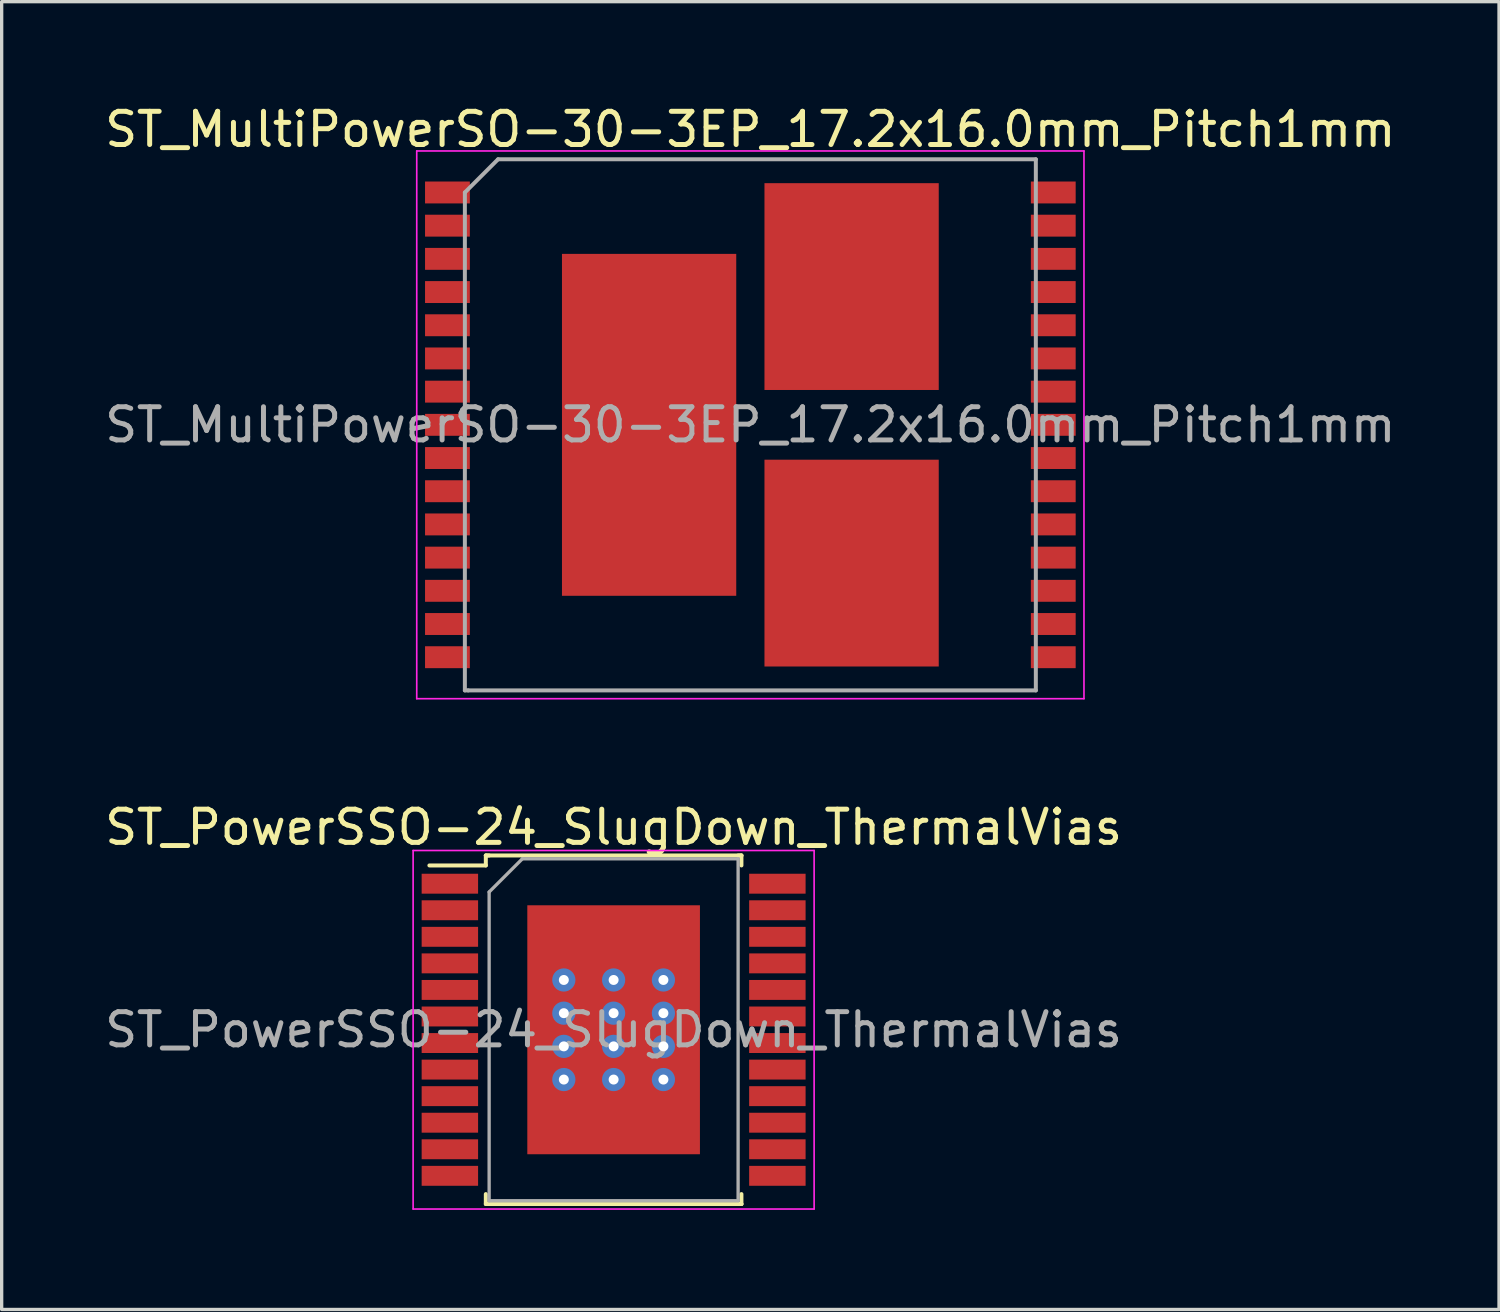
<source format=kicad_pcb>
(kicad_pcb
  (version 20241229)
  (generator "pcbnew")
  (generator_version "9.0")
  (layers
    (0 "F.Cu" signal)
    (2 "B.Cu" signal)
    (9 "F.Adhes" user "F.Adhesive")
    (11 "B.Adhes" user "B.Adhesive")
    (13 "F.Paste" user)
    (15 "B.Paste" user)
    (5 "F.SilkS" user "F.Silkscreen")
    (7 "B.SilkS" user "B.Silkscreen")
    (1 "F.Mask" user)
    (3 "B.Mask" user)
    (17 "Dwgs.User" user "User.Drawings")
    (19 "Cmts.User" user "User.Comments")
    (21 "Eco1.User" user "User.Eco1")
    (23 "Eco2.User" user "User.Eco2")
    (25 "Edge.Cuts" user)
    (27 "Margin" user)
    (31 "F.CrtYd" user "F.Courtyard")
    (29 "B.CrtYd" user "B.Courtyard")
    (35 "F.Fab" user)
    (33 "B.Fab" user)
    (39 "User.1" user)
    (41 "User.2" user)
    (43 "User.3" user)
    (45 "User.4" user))
  (footprint "ST_MultiPowerSO-30-3EP_17.2x16.0mm_Pitch1mm"
    (layer "F.Cu")
    (at 19.554 9.748)
    (property "Reference" "ST_MultiPowerSO-30-3EP_17.2x16.0mm_Pitch1mm" (at 0 -8.9 0) (layer "F.SilkS") (effects (font (size 1 1) (thickness 0.15))))
    (attr smd)
    (fp_line (start -10.05 -8.25) (end -10.05 8.25) (stroke (width 0.05) (type solid)) (layer "F.CrtYd"))
    (fp_line (start -10.05 -8.25) (end 10.05 -8.25) (stroke (width 0.05) (type solid)) (layer "F.CrtYd"))
    (fp_line (start 10.05 8.25) (end -10.05 8.25) (stroke (width 0.05) (type solid)) (layer "F.CrtYd"))
    (fp_line (start 10.05 8.25) (end 10.05 -8.25) (stroke (width 0.05) (type solid)) (layer "F.CrtYd"))
    (fp_line (start -8.6 -7) (end -8.6 8) (stroke (width 0.12) (type solid)) (layer "F.Fab"))
    (fp_line (start -8.6 8) (end -8.5 8) (stroke (width 0.12) (type solid)) (layer "F.Fab"))
    (fp_line (start -8.5 8) (end 8.6 8) (stroke (width 0.12) (type solid)) (layer "F.Fab"))
    (fp_line (start -7.6 -8) (end -8.6 -7) (stroke (width 0.12) (type solid)) (layer "F.Fab"))
    (fp_line (start 8.6 -8) (end -7.6 -8) (stroke (width 0.12) (type solid)) (layer "F.Fab"))
    (fp_line (start 8.6 8) (end 8.6 -8) (stroke (width 0.12) (type solid)) (layer "F.Fab"))
    (fp_text user "${REFERENCE}" (at 0 0 0) (layer "F.Fab") (effects (font (size 1 1) (thickness 0.15))))
    (pad "1" smd rect (at -9.125 -7 270) (size 0.66 1.35) (layers "F.Cu" "F.Mask" "F.Paste"))
    (pad "2" smd rect (at -9.125 -6 270) (size 0.66 1.35) (layers "F.Cu" "F.Mask" "F.Paste"))
    (pad "3" smd rect (at -9.125 -5 270) (size 0.66 1.35) (layers "F.Cu" "F.Mask" "F.Paste"))
    (pad "4" smd rect (at -9.125 -4 270) (size 0.66 1.35) (layers "F.Cu" "F.Mask" "F.Paste"))
    (pad "5" smd rect (at -9.125 -3 270) (size 0.66 1.35) (layers "F.Cu" "F.Mask" "F.Paste"))
    (pad "6" smd rect (at -9.125 -2 270) (size 0.66 1.35) (layers "F.Cu" "F.Mask" "F.Paste"))
    (pad "7" smd rect (at -9.125 -1 270) (size 0.66 1.35) (layers "F.Cu" "F.Mask" "F.Paste"))
    (pad "8" smd rect (at -9.125 0 270) (size 0.66 1.35) (layers "F.Cu" "F.Mask" "F.Paste"))
    (pad "9" smd rect (at -9.125 1 270) (size 0.66 1.35) (layers "F.Cu" "F.Mask" "F.Paste"))
    (pad "10" smd rect (at -9.125 2 270) (size 0.66 1.35) (layers "F.Cu" "F.Mask" "F.Paste"))
    (pad "11" smd rect (at -9.125 3 270) (size 0.66 1.35) (layers "F.Cu" "F.Mask" "F.Paste"))
    (pad "12" smd rect (at -9.125 4 270) (size 0.66 1.35) (layers "F.Cu" "F.Mask" "F.Paste"))
    (pad "13" smd rect (at -9.125 5 270) (size 0.66 1.35) (layers "F.Cu" "F.Mask" "F.Paste"))
    (pad "14" smd rect (at -9.125 6 270) (size 0.66 1.35) (layers "F.Cu" "F.Mask" "F.Paste"))
    (pad "15" smd rect (at -9.125 7 270) (size 0.66 1.35) (layers "F.Cu" "F.Mask" "F.Paste"))
    (pad "16" smd rect (at 9.125 7 270) (size 0.66 1.35) (layers "F.Cu" "F.Mask" "F.Paste"))
    (pad "17" smd rect (at 9.125 6 270) (size 0.66 1.35) (layers "F.Cu" "F.Mask" "F.Paste"))
    (pad "18" smd rect (at 9.125 5 270) (size 0.66 1.35) (layers "F.Cu" "F.Mask" "F.Paste"))
    (pad "19" smd rect (at 9.125 4 270) (size 0.66 1.35) (layers "F.Cu" "F.Mask" "F.Paste"))
    (pad "20" smd rect (at 9.125 3 270) (size 0.66 1.35) (layers "F.Cu" "F.Mask" "F.Paste"))
    (pad "21" smd rect (at 9.125 2 270) (size 0.66 1.35) (layers "F.Cu" "F.Mask" "F.Paste"))
    (pad "22" smd rect (at 9.125 1 270) (size 0.66 1.35) (layers "F.Cu" "F.Mask" "F.Paste"))
    (pad "23" smd rect (at 9.125 0 270) (size 0.66 1.35) (layers "F.Cu" "F.Mask" "F.Paste"))
    (pad "24" smd rect (at 9.125 -1 270) (size 0.66 1.35) (layers "F.Cu" "F.Mask" "F.Paste"))
    (pad "25" smd rect (at 9.125 -2 270) (size 0.66 1.35) (layers "F.Cu" "F.Mask" "F.Paste"))
    (pad "26" smd rect (at 9.125 -3 270) (size 0.66 1.35) (layers "F.Cu" "F.Mask" "F.Paste"))
    (pad "27" smd rect (at 9.125 -4 270) (size 0.66 1.35) (layers "F.Cu" "F.Mask" "F.Paste"))
    (pad "28" smd rect (at 9.125 -5 270) (size 0.66 1.35) (layers "F.Cu" "F.Mask" "F.Paste"))
    (pad "29" smd rect (at 9.125 -6 270) (size 0.66 1.35) (layers "F.Cu" "F.Mask" "F.Paste"))
    (pad "30" smd rect (at 9.125 -7 270) (size 0.66 1.35) (layers "F.Cu" "F.Mask" "F.Paste"))
    (pad "31" smd rect (at -3.05 0) (size 5.25 10.3) (layers "F.Cu" "F.Mask" "F.Paste"))
    (pad "32" smd rect (at 3.05 -4.165) (size 5.25 6.23) (layers "F.Cu" "F.Mask" "F.Paste"))
    (pad "33" smd rect (at 3.05 4.165) (size 5.25 6.23) (layers "F.Cu" "F.Mask" "F.Paste")))
  (footprint "ST_PowerSSO-24_SlugDown_ThermalVias"
    (layer "F.Cu")
    (at 15.435 27.971)
    (property "Reference" "ST_PowerSSO-24_SlugDown_ThermalVias" (at 0 -6.1 0) (layer "F.SilkS") (effects (font (size 1 1) (thickness 0.15))))
    (attr smd)
    (fp_line (start -3.85 -5.25) (end -3.85 -4.95) (stroke (width 0.12) (type solid)) (layer "F.SilkS"))
    (fp_line (start -3.85 -4.95) (end -5.55 -4.95) (stroke (width 0.12) (type solid)) (layer "F.SilkS"))
    (fp_line (start -3.85 5.25) (end -3.85 4.95) (stroke (width 0.12) (type solid)) (layer "F.SilkS"))
    (fp_line (start -3.75 -5.25) (end -3.85 -5.25) (stroke (width 0.12) (type solid)) (layer "F.SilkS"))
    (fp_line (start 3.75 -5.25) (end 3.85 -5.25) (stroke (width 0.12) (type solid)) (layer "F.SilkS"))
    (fp_line (start 3.75 5.25) (end 3.85 5.25) (stroke (width 0.12) (type solid)) (layer "F.SilkS"))
    (fp_line (start 3.85 -5.25) (end -3.85 -5.25) (stroke (width 0.12) (type solid)) (layer "F.SilkS"))
    (fp_line (start 3.85 -5.25) (end 3.85 -4.95) (stroke (width 0.12) (type solid)) (layer "F.SilkS"))
    (fp_line (start 3.85 5.25) (end -3.85 5.25) (stroke (width 0.12) (type solid)) (layer "F.SilkS"))
    (fp_line (start 3.85 5.25) (end 3.85 4.95) (stroke (width 0.12) (type solid)) (layer "F.SilkS"))
    (fp_line (start -6.04 -5.4) (end -6.04 5.4) (stroke (width 0.05) (type solid)) (layer "F.CrtYd"))
    (fp_line (start -6.04 -5.4) (end 6.04 -5.4) (stroke (width 0.05) (type solid)) (layer "F.CrtYd"))
    (fp_line (start 6.04 5.4) (end -6.04 5.4) (stroke (width 0.05) (type solid)) (layer "F.CrtYd"))
    (fp_line (start 6.04 5.4) (end 6.04 -5.4) (stroke (width 0.05) (type solid)) (layer "F.CrtYd"))
    (fp_line (start -3.75 -4.15) (end -3.75 5.15) (stroke (width 0.1) (type solid)) (layer "F.Fab"))
    (fp_line (start -3.75 5.15) (end 3.75 5.15) (stroke (width 0.1) (type solid)) (layer "F.Fab"))
    (fp_line (start -2.75 -5.15) (end -3.75 -4.15) (stroke (width 0.1) (type solid)) (layer "F.Fab"))
    (fp_line (start 3.75 -5.15) (end -2.75 -5.15) (stroke (width 0.1) (type solid)) (layer "F.Fab"))
    (fp_line (start 3.75 5.15) (end 3.75 -5.15) (stroke (width 0.1) (type solid)) (layer "F.Fab"))
    (fp_text user "${REFERENCE}" (at 0 0 0) (layer "F.Fab") (effects (font (size 1 1) (thickness 0.15))))
    (pad "1" smd rect (at -4.933 -4.4) (size 1.7 0.6) (layers "F.Cu" "F.Mask" "F.Paste"))
    (pad "2" smd rect (at -4.933 -3.6) (size 1.7 0.6) (layers "F.Cu" "F.Mask" "F.Paste"))
    (pad "3" smd rect (at -4.933 -2.8) (size 1.7 0.6) (layers "F.Cu" "F.Mask" "F.Paste"))
    (pad "4" smd rect (at -4.933 -2) (size 1.7 0.6) (layers "F.Cu" "F.Mask" "F.Paste"))
    (pad "5" smd rect (at -4.933 -1.2) (size 1.7 0.6) (layers "F.Cu" "F.Mask" "F.Paste"))
    (pad "6" smd rect (at -4.933 -0.4) (size 1.7 0.6) (layers "F.Cu" "F.Mask" "F.Paste"))
    (pad "7" smd rect (at -4.933 0.4) (size 1.7 0.6) (layers "F.Cu" "F.Mask" "F.Paste"))
    (pad "8" smd rect (at -4.933 1.2) (size 1.7 0.6) (layers "F.Cu" "F.Mask" "F.Paste"))
    (pad "9" smd rect (at -4.933 2) (size 1.7 0.6) (layers "F.Cu" "F.Mask" "F.Paste"))
    (pad "10" smd rect (at -4.933 2.8) (size 1.7 0.6) (layers "F.Cu" "F.Mask" "F.Paste"))
    (pad "11" smd rect (at -4.933 3.6) (size 1.7 0.6) (layers "F.Cu" "F.Mask" "F.Paste"))
    (pad "12" smd rect (at -4.933 4.4) (size 1.7 0.6) (layers "F.Cu" "F.Mask" "F.Paste"))
    (pad "13" smd rect (at 4.933 4.4) (size 1.7 0.6) (layers "F.Cu" "F.Mask" "F.Paste"))
    (pad "14" smd rect (at 4.933 3.6) (size 1.7 0.6) (layers "F.Cu" "F.Mask" "F.Paste"))
    (pad "15" smd rect (at 4.933 2.8) (size 1.7 0.6) (layers "F.Cu" "F.Mask" "F.Paste"))
    (pad "16" smd rect (at 4.933 2) (size 1.7 0.6) (layers "F.Cu" "F.Mask" "F.Paste"))
    (pad "17" smd rect (at 4.933 1.2) (size 1.7 0.6) (layers "F.Cu" "F.Mask" "F.Paste"))
    (pad "18" smd rect (at 4.933 0.4) (size 1.7 0.6) (layers "F.Cu" "F.Mask" "F.Paste"))
    (pad "19" smd rect (at 4.933 -0.4) (size 1.7 0.6) (layers "F.Cu" "F.Mask" "F.Paste"))
    (pad "20" smd rect (at 4.933 -1.2) (size 1.7 0.6) (layers "F.Cu" "F.Mask" "F.Paste"))
    (pad "21" smd rect (at 4.933 -2) (size 1.7 0.6) (layers "F.Cu" "F.Mask" "F.Paste"))
    (pad "22" smd rect (at 4.933 -2.8) (size 1.7 0.6) (layers "F.Cu" "F.Mask" "F.Paste"))
    (pad "23" smd rect (at 4.933 -3.6) (size 1.7 0.6) (layers "F.Cu" "F.Mask" "F.Paste"))
    (pad "24" smd rect (at 4.933 -4.4) (size 1.7 0.6) (layers "F.Cu" "F.Mask" "F.Paste"))
    (pad "25" thru_hole circle (at -1.5 -1.5) (size 0.7 0.7) (drill 0.3) (layers "*.Cu" "*.Mask"))
    (pad "25" thru_hole circle (at -1.5 -0.5) (size 0.7 0.7) (drill 0.3) (layers "*.Cu" "*.Mask"))
    (pad "25" thru_hole circle (at -1.5 0.5) (size 0.7 0.7) (drill 0.3) (layers "*.Cu" "*.Mask"))
    (pad "25" thru_hole circle (at -1.5 1.5) (size 0.7 0.7) (drill 0.3) (layers "*.Cu" "*.Mask"))
    (pad "25" thru_hole circle (at 0 -1.5) (size 0.7 0.7) (drill 0.3) (layers "*.Cu" "*.Mask"))
    (pad "25" thru_hole circle (at 0 -0.5) (size 0.7 0.7) (drill 0.3) (layers "*.Cu" "*.Mask"))
    (pad "25" smd rect (at 0 0) (size 5.2 7.5) (layers "F.Cu" "F.Mask" "F.Paste"))
    (pad "25" thru_hole circle (at 0 0.5) (size 0.7 0.7) (drill 0.3) (layers "*.Cu" "*.Mask"))
    (pad "25" thru_hole circle (at 0 1.5) (size 0.7 0.7) (drill 0.3) (layers "*.Cu" "*.Mask"))
    (pad "25" thru_hole circle (at 1.5 -1.5) (size 0.7 0.7) (drill 0.3) (layers "*.Cu" "*.Mask"))
    (pad "25" thru_hole circle (at 1.5 -0.5) (size 0.7 0.7) (drill 0.3) (layers "*.Cu" "*.Mask"))
    (pad "25" thru_hole circle (at 1.5 0.5) (size 0.7 0.7) (drill 0.3) (layers "*.Cu" "*.Mask"))
    (pad "25" thru_hole circle (at 1.5 1.5) (size 0.7 0.7) (drill 0.3) (layers "*.Cu" "*.Mask")))
  (gr_rect
    (start -3 -3)
    (end 42.107 36.397)
    (stroke (width 0.1) (type default))
    (fill no)
    (layer "Edge.Cuts")))
</source>
